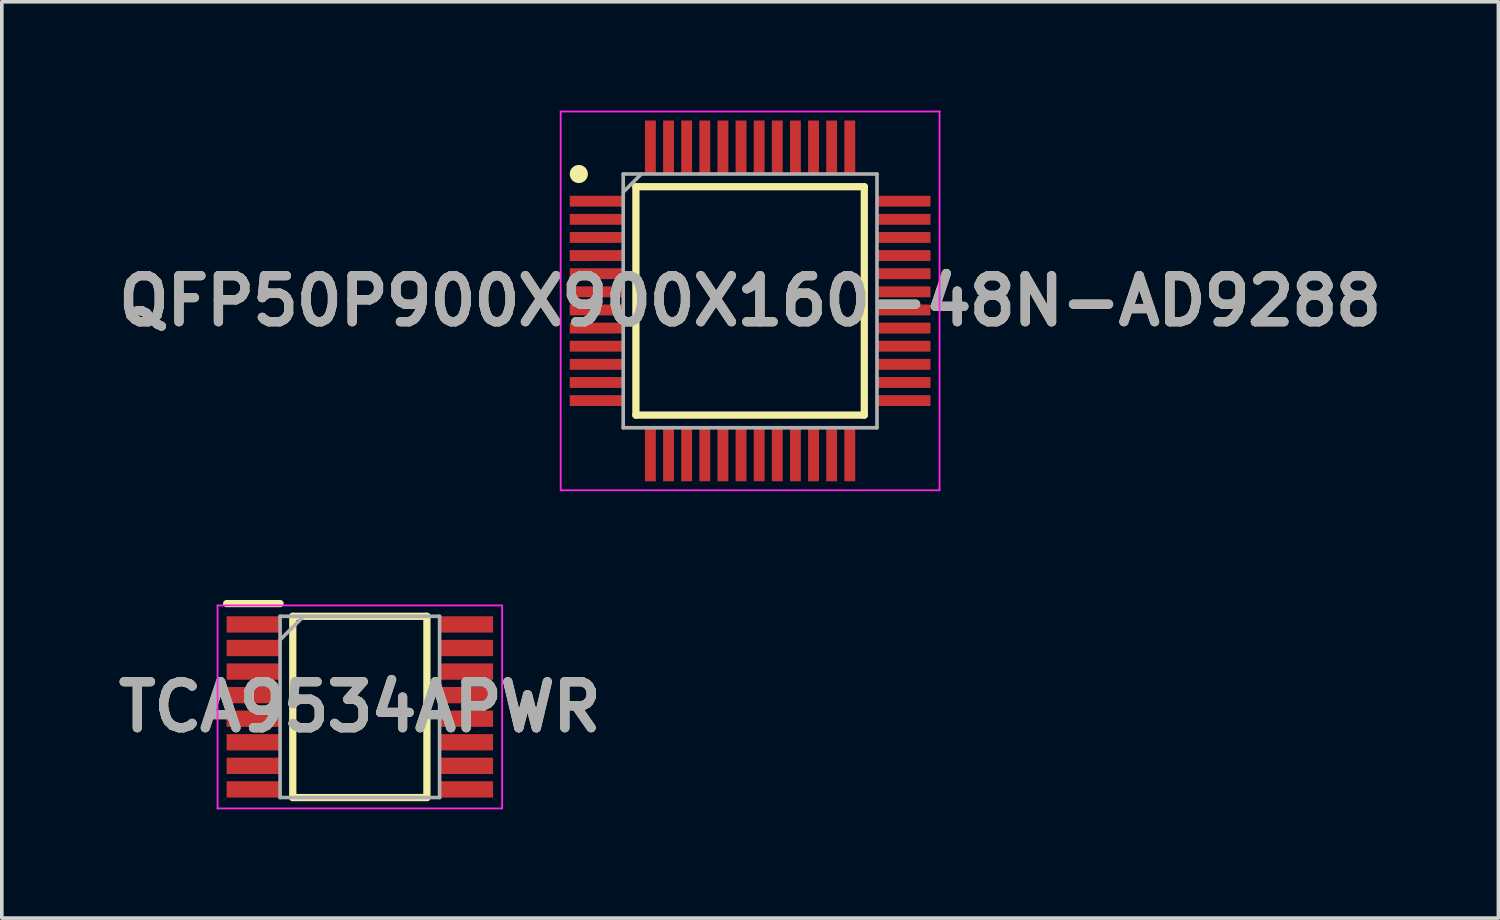
<source format=kicad_pcb>
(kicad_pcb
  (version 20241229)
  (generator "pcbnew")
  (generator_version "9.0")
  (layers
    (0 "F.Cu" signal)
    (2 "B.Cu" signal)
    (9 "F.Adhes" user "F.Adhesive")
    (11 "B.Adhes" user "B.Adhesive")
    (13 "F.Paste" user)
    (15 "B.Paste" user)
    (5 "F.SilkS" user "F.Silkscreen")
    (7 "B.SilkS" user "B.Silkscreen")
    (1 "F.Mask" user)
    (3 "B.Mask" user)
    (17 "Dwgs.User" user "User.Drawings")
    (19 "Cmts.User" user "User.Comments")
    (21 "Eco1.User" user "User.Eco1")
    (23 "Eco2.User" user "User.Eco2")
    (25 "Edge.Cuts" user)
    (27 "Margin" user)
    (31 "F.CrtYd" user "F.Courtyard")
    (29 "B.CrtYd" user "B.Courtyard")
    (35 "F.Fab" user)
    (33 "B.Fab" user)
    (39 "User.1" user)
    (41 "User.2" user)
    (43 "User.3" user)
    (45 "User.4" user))
  (footprint "QFP50P900X900X160-48N-AD9288"
    (layer "F.Cu")
    (at 17.641 5.25)
    (property "Reference" "QFP50P900X900X160-48N-AD9288" (at 0 0 0) (layer "F.SilkS") (effects (font (size 1.27 1.27) (thickness 0.254))))
    (attr smd)
    (fp_line (start -3.15 -3.15) (end 3.15 -3.15) (stroke (width 0.2) (type solid)) (layer "F.SilkS"))
    (fp_line (start -3.15 3.15) (end -3.15 -3.15) (stroke (width 0.2) (type solid)) (layer "F.SilkS"))
    (fp_line (start 3.15 -3.15) (end 3.15 3.15) (stroke (width 0.2) (type solid)) (layer "F.SilkS"))
    (fp_line (start 3.15 3.15) (end -3.15 3.15) (stroke (width 0.2) (type solid)) (layer "F.SilkS"))
    (fp_circle (center -4.725 -3.5) (end -4.725 -3.375) (stroke (width 0.25) (type solid)) (fill no) (layer "F.SilkS"))
    (fp_line (start -5.225 -5.225) (end 5.225 -5.225) (stroke (width 0.05) (type solid)) (layer "F.CrtYd"))
    (fp_line (start -5.225 5.225) (end -5.225 -5.225) (stroke (width 0.05) (type solid)) (layer "F.CrtYd"))
    (fp_line (start 5.225 -5.225) (end 5.225 5.225) (stroke (width 0.05) (type solid)) (layer "F.CrtYd"))
    (fp_line (start 5.225 5.225) (end -5.225 5.225) (stroke (width 0.05) (type solid)) (layer "F.CrtYd"))
    (fp_line (start -3.5 -3.5) (end 3.5 -3.5) (stroke (width 0.1) (type solid)) (layer "F.Fab"))
    (fp_line (start -3.5 -3) (end -3 -3.5) (stroke (width 0.1) (type solid)) (layer "F.Fab"))
    (fp_line (start -3.5 3.5) (end -3.5 -3.5) (stroke (width 0.1) (type solid)) (layer "F.Fab"))
    (fp_line (start 3.5 -3.5) (end 3.5 3.5) (stroke (width 0.1) (type solid)) (layer "F.Fab"))
    (fp_line (start 3.5 3.5) (end -3.5 3.5) (stroke (width 0.1) (type solid)) (layer "F.Fab"))
    (fp_text user "${REFERENCE}" (at 0 0 0) (layer "F.Fab") (effects (font (size 1.27 1.27) (thickness 0.254))))
    (pad "1" smd rect (at -4.238 -2.75 90) (size 0.3 1.475) (layers "F.Cu" "F.Mask" "F.Paste"))
    (pad "2" smd rect (at -4.238 -2.25 90) (size 0.3 1.475) (layers "F.Cu" "F.Mask" "F.Paste"))
    (pad "3" smd rect (at -4.238 -1.75 90) (size 0.3 1.475) (layers "F.Cu" "F.Mask" "F.Paste"))
    (pad "4" smd rect (at -4.238 -1.25 90) (size 0.3 1.475) (layers "F.Cu" "F.Mask" "F.Paste"))
    (pad "5" smd rect (at -4.238 -0.75 90) (size 0.3 1.475) (layers "F.Cu" "F.Mask" "F.Paste"))
    (pad "6" smd rect (at -4.238 -0.25 90) (size 0.3 1.475) (layers "F.Cu" "F.Mask" "F.Paste"))
    (pad "7" smd rect (at -4.238 0.25 90) (size 0.3 1.475) (layers "F.Cu" "F.Mask" "F.Paste"))
    (pad "8" smd rect (at -4.238 0.75 90) (size 0.3 1.475) (layers "F.Cu" "F.Mask" "F.Paste"))
    (pad "9" smd rect (at -4.238 1.25 90) (size 0.3 1.475) (layers "F.Cu" "F.Mask" "F.Paste"))
    (pad "10" smd rect (at -4.238 1.75 90) (size 0.3 1.475) (layers "F.Cu" "F.Mask" "F.Paste"))
    (pad "11" smd rect (at -4.238 2.25 90) (size 0.3 1.475) (layers "F.Cu" "F.Mask" "F.Paste"))
    (pad "12" smd rect (at -4.238 2.75 90) (size 0.3 1.475) (layers "F.Cu" "F.Mask" "F.Paste"))
    (pad "13" smd rect (at -2.75 4.238) (size 0.3 1.475) (layers "F.Cu" "F.Mask" "F.Paste"))
    (pad "14" smd rect (at -2.25 4.238) (size 0.3 1.475) (layers "F.Cu" "F.Mask" "F.Paste"))
    (pad "15" smd rect (at -1.75 4.238) (size 0.3 1.475) (layers "F.Cu" "F.Mask" "F.Paste"))
    (pad "16" smd rect (at -1.25 4.238) (size 0.3 1.475) (layers "F.Cu" "F.Mask" "F.Paste"))
    (pad "17" smd rect (at -0.75 4.238) (size 0.3 1.475) (layers "F.Cu" "F.Mask" "F.Paste"))
    (pad "18" smd rect (at -0.25 4.238) (size 0.3 1.475) (layers "F.Cu" "F.Mask" "F.Paste"))
    (pad "19" smd rect (at 0.25 4.238) (size 0.3 1.475) (layers "F.Cu" "F.Mask" "F.Paste"))
    (pad "20" smd rect (at 0.75 4.238) (size 0.3 1.475) (layers "F.Cu" "F.Mask" "F.Paste"))
    (pad "21" smd rect (at 1.25 4.238) (size 0.3 1.475) (layers "F.Cu" "F.Mask" "F.Paste"))
    (pad "22" smd rect (at 1.75 4.238) (size 0.3 1.475) (layers "F.Cu" "F.Mask" "F.Paste"))
    (pad "23" smd rect (at 2.25 4.238) (size 0.3 1.475) (layers "F.Cu" "F.Mask" "F.Paste"))
    (pad "24" smd rect (at 2.75 4.238) (size 0.3 1.475) (layers "F.Cu" "F.Mask" "F.Paste"))
    (pad "25" smd rect (at 4.238 2.75 90) (size 0.3 1.475) (layers "F.Cu" "F.Mask" "F.Paste"))
    (pad "26" smd rect (at 4.238 2.25 90) (size 0.3 1.475) (layers "F.Cu" "F.Mask" "F.Paste"))
    (pad "27" smd rect (at 4.238 1.75 90) (size 0.3 1.475) (layers "F.Cu" "F.Mask" "F.Paste"))
    (pad "28" smd rect (at 4.238 1.25 90) (size 0.3 1.475) (layers "F.Cu" "F.Mask" "F.Paste"))
    (pad "29" smd rect (at 4.238 0.75 90) (size 0.3 1.475) (layers "F.Cu" "F.Mask" "F.Paste"))
    (pad "30" smd rect (at 4.238 0.25 90) (size 0.3 1.475) (layers "F.Cu" "F.Mask" "F.Paste"))
    (pad "31" smd rect (at 4.238 -0.25 90) (size 0.3 1.475) (layers "F.Cu" "F.Mask" "F.Paste"))
    (pad "32" smd rect (at 4.238 -0.75 90) (size 0.3 1.475) (layers "F.Cu" "F.Mask" "F.Paste"))
    (pad "33" smd rect (at 4.238 -1.25 90) (size 0.3 1.475) (layers "F.Cu" "F.Mask" "F.Paste"))
    (pad "34" smd rect (at 4.238 -1.75 90) (size 0.3 1.475) (layers "F.Cu" "F.Mask" "F.Paste"))
    (pad "35" smd rect (at 4.238 -2.25 90) (size 0.3 1.475) (layers "F.Cu" "F.Mask" "F.Paste"))
    (pad "36" smd rect (at 4.238 -2.75 90) (size 0.3 1.475) (layers "F.Cu" "F.Mask" "F.Paste"))
    (pad "37" smd rect (at 2.75 -4.238) (size 0.3 1.475) (layers "F.Cu" "F.Mask" "F.Paste"))
    (pad "38" smd rect (at 2.25 -4.238) (size 0.3 1.475) (layers "F.Cu" "F.Mask" "F.Paste"))
    (pad "39" smd rect (at 1.75 -4.238) (size 0.3 1.475) (layers "F.Cu" "F.Mask" "F.Paste"))
    (pad "40" smd rect (at 1.25 -4.238) (size 0.3 1.475) (layers "F.Cu" "F.Mask" "F.Paste"))
    (pad "41" smd rect (at 0.75 -4.238) (size 0.3 1.475) (layers "F.Cu" "F.Mask" "F.Paste"))
    (pad "42" smd rect (at 0.25 -4.238) (size 0.3 1.475) (layers "F.Cu" "F.Mask" "F.Paste"))
    (pad "43" smd rect (at -0.25 -4.238) (size 0.3 1.475) (layers "F.Cu" "F.Mask" "F.Paste"))
    (pad "44" smd rect (at -0.75 -4.238) (size 0.3 1.475) (layers "F.Cu" "F.Mask" "F.Paste"))
    (pad "45" smd rect (at -1.25 -4.238) (size 0.3 1.475) (layers "F.Cu" "F.Mask" "F.Paste"))
    (pad "46" smd rect (at -1.75 -4.238) (size 0.3 1.475) (layers "F.Cu" "F.Mask" "F.Paste"))
    (pad "47" smd rect (at -2.25 -4.238) (size 0.3 1.475) (layers "F.Cu" "F.Mask" "F.Paste"))
    (pad "48" smd rect (at -2.75 -4.238) (size 0.3 1.475) (layers "F.Cu" "F.Mask" "F.Paste")))
  (footprint "TCA9534APWR"
    (layer "F.Cu")
    (at 6.876 16.45)
    (property "Reference" "TCA9534APWR" (at 0 0 0) (layer "F.SilkS") (effects (font (size 1.27 1.27) (thickness 0.254))))
    (attr smd)
    (fp_line (start -3.675 -2.85) (end -2.2 -2.85) (stroke (width 0.2) (type solid)) (layer "F.SilkS"))
    (fp_line (start -1.85 -2.5) (end 1.85 -2.5) (stroke (width 0.2) (type solid)) (layer "F.SilkS"))
    (fp_line (start -1.85 2.5) (end -1.85 -2.5) (stroke (width 0.2) (type solid)) (layer "F.SilkS"))
    (fp_line (start 1.85 -2.5) (end 1.85 2.5) (stroke (width 0.2) (type solid)) (layer "F.SilkS"))
    (fp_line (start 1.85 2.5) (end -1.85 2.5) (stroke (width 0.2) (type solid)) (layer "F.SilkS"))
    (fp_line (start -3.925 -2.8) (end 3.925 -2.8) (stroke (width 0.05) (type solid)) (layer "F.CrtYd"))
    (fp_line (start -3.925 2.8) (end -3.925 -2.8) (stroke (width 0.05) (type solid)) (layer "F.CrtYd"))
    (fp_line (start 3.925 -2.8) (end 3.925 2.8) (stroke (width 0.05) (type solid)) (layer "F.CrtYd"))
    (fp_line (start 3.925 2.8) (end -3.925 2.8) (stroke (width 0.05) (type solid)) (layer "F.CrtYd"))
    (fp_line (start -2.2 -2.5) (end 2.2 -2.5) (stroke (width 0.1) (type solid)) (layer "F.Fab"))
    (fp_line (start -2.2 -1.85) (end -1.55 -2.5) (stroke (width 0.1) (type solid)) (layer "F.Fab"))
    (fp_line (start -2.2 2.5) (end -2.2 -2.5) (stroke (width 0.1) (type solid)) (layer "F.Fab"))
    (fp_line (start 2.2 -2.5) (end 2.2 2.5) (stroke (width 0.1) (type solid)) (layer "F.Fab"))
    (fp_line (start 2.2 2.5) (end -2.2 2.5) (stroke (width 0.1) (type solid)) (layer "F.Fab"))
    (fp_text user "${REFERENCE}" (at 0 0 0) (layer "F.Fab") (effects (font (size 1.27 1.27) (thickness 0.254))))
    (pad "1" smd rect (at -2.938 -2.275 90) (size 0.45 1.475) (layers "F.Cu" "F.Mask" "F.Paste"))
    (pad "2" smd rect (at -2.938 -1.625 90) (size 0.45 1.475) (layers "F.Cu" "F.Mask" "F.Paste"))
    (pad "3" smd rect (at -2.938 -0.975 90) (size 0.45 1.475) (layers "F.Cu" "F.Mask" "F.Paste"))
    (pad "4" smd rect (at -2.938 -0.325 90) (size 0.45 1.475) (layers "F.Cu" "F.Mask" "F.Paste"))
    (pad "5" smd rect (at -2.938 0.325 90) (size 0.45 1.475) (layers "F.Cu" "F.Mask" "F.Paste"))
    (pad "6" smd rect (at -2.938 0.975 90) (size 0.45 1.475) (layers "F.Cu" "F.Mask" "F.Paste"))
    (pad "7" smd rect (at -2.938 1.625 90) (size 0.45 1.475) (layers "F.Cu" "F.Mask" "F.Paste"))
    (pad "8" smd rect (at -2.938 2.275 90) (size 0.45 1.475) (layers "F.Cu" "F.Mask" "F.Paste"))
    (pad "9" smd rect (at 2.938 2.275 90) (size 0.45 1.475) (layers "F.Cu" "F.Mask" "F.Paste"))
    (pad "10" smd rect (at 2.938 1.625 90) (size 0.45 1.475) (layers "F.Cu" "F.Mask" "F.Paste"))
    (pad "11" smd rect (at 2.938 0.975 90) (size 0.45 1.475) (layers "F.Cu" "F.Mask" "F.Paste"))
    (pad "12" smd rect (at 2.938 0.325 90) (size 0.45 1.475) (layers "F.Cu" "F.Mask" "F.Paste"))
    (pad "13" smd rect (at 2.938 -0.325 90) (size 0.45 1.475) (layers "F.Cu" "F.Mask" "F.Paste"))
    (pad "14" smd rect (at 2.938 -0.975 90) (size 0.45 1.475) (layers "F.Cu" "F.Mask" "F.Paste"))
    (pad "15" smd rect (at 2.938 -1.625 90) (size 0.45 1.475) (layers "F.Cu" "F.Mask" "F.Paste"))
    (pad "16" smd rect (at 2.938 -2.275 90) (size 0.45 1.475) (layers "F.Cu" "F.Mask" "F.Paste")))
  (gr_rect
    (start -3 -3)
    (end 38.282 22.275)
    (stroke (width 0.1) (type default))
    (fill no)
    (layer "Edge.Cuts")))
</source>
